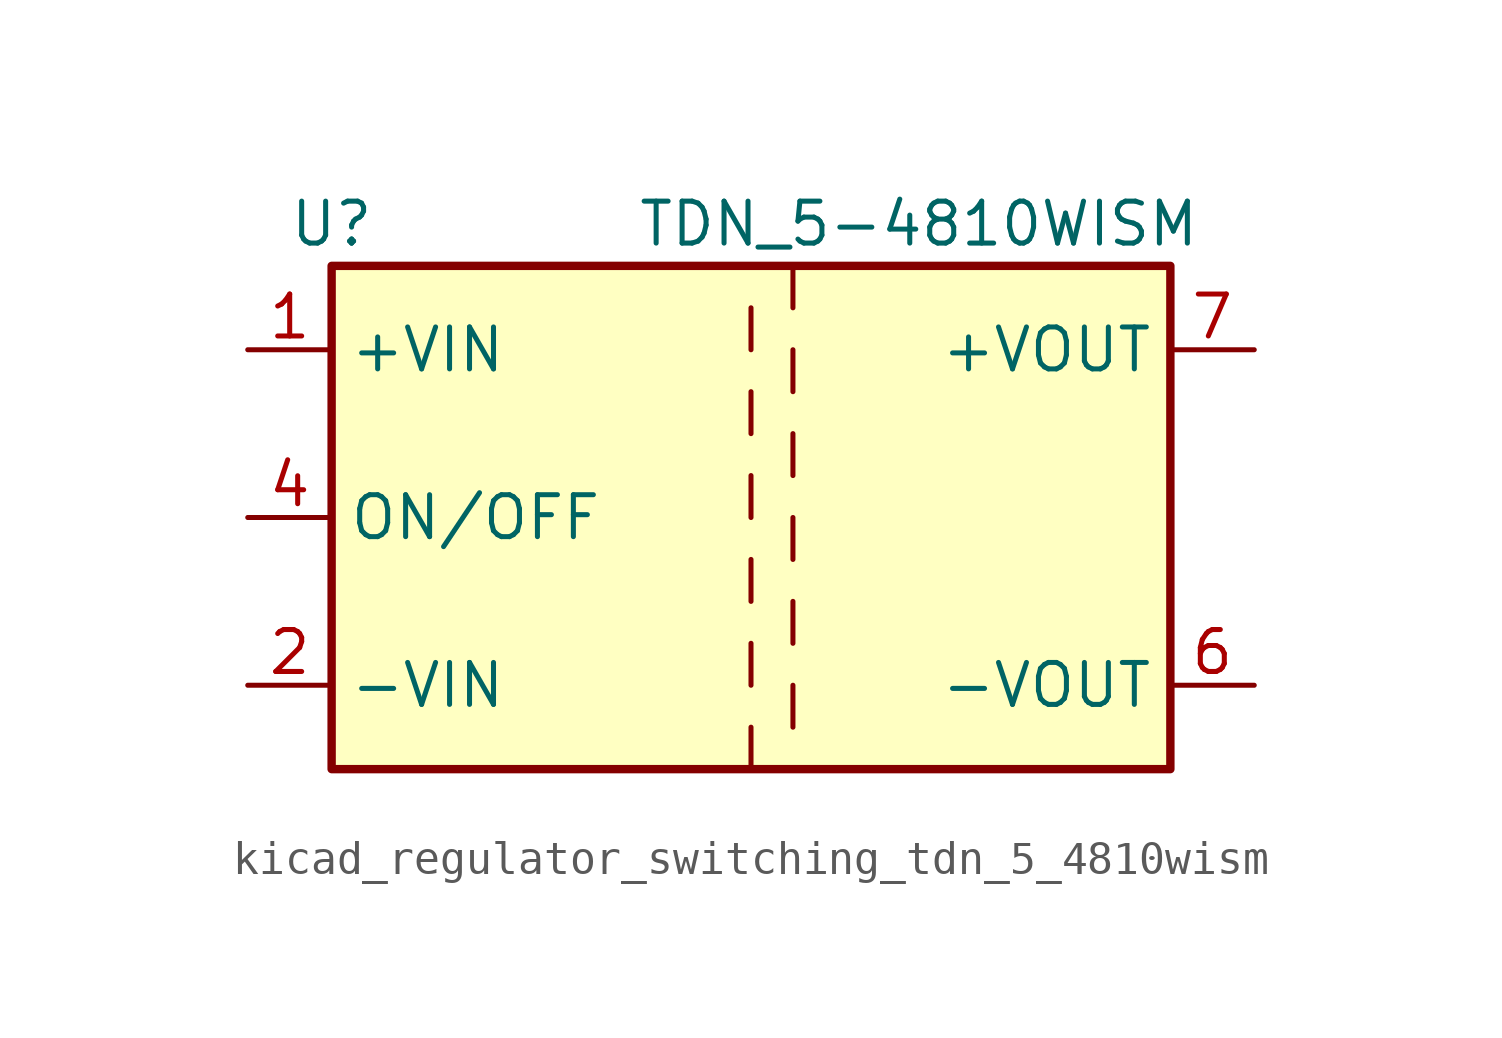
<source format=kicad_sym>
(kicad_symbol_lib
  (version 20220914)
  (generator kicad_symbol_editor)
  (symbol "kicad_regulator_switching_tdn_5_4810wism"
    (property "Reference" "U"
      (at -12.7 8.89 0)
      (effects (font (size 1.27 1.27))))
    (property "Value" "TDN_5-4810WISM"
      (at 5.08 8.89 0)
      (effects (font (size 1.27 1.27))))
    (symbol "kicad_regulator_switching_tdn_5_4810wism_0_1"
      (rectangle (start -12.7 7.62) (end 12.7 -7.62) (stroke (width 0.254) (type default)) (fill (type background))))
    (symbol "kicad_regulator_switching_tdn_5_4810wism_1_1"
      (polyline (pts (xy 0 -6.35) (xy 0 -7.62)) (stroke (width 0) (type default)) (fill (type none)))
      (polyline (pts (xy 0 -3.81) (xy 0 -5.08)) (stroke (width 0) (type default)) (fill (type none)))
      (polyline (pts (xy 0 -1.27) (xy 0 -2.54)) (stroke (width 0) (type default)) (fill (type none)))
      (polyline (pts (xy 0 1.27) (xy 0 0)) (stroke (width 0) (type default)) (fill (type none)))
      (polyline (pts (xy 0 3.81) (xy 0 2.54)) (stroke (width 0) (type default)) (fill (type none)))
      (polyline (pts (xy 0 6.35) (xy 0 5.08)) (stroke (width 0) (type default)) (fill (type none)))
      (polyline (pts (xy 1.27 -5.08) (xy 1.27 -6.35)) (stroke (width 0) (type default)) (fill (type none)))
      (polyline (pts (xy 1.27 -2.54) (xy 1.27 -3.81)) (stroke (width 0) (type default)) (fill (type none)))
      (polyline (pts (xy 1.27 0) (xy 1.27 -1.27)) (stroke (width 0) (type default)) (fill (type none)))
      (polyline (pts (xy 1.27 2.54) (xy 1.27 1.27)) (stroke (width 0) (type default)) (fill (type none)))
      (polyline (pts (xy 1.27 5.08) (xy 1.27 3.81)) (stroke (width 0) (type default)) (fill (type none)))
      (polyline (pts (xy 1.27 7.62) (xy 1.27 6.35)) (stroke (width 0) (type default)) (fill (type none)))
      (pin power_in line (at -15.24 5.08 0) (length 2.54) (name "+VIN" (effects (font (size 1.27 1.27)))) (number "1" (effects (font (size 1.27 1.27)))))
      (pin power_in line (at -15.24 -5.08 0) (length 2.54) (name "-VIN" (effects (font (size 1.27 1.27)))) (number "2" (effects (font (size 1.27 1.27)))))
      (pin input line (at -15.24 0 0) (length 2.54) (name "ON/OFF" (effects (font (size 1.27 1.27)))) (number "4" (effects (font (size 1.27 1.27)))))
      (pin no_connect line (at 12.7 2.54 180) (length 2.54) hide (name "NC" (effects (font (size 1.27 1.27)))) (number "5" (effects (font (size 1.27 1.27)))))
      (pin power_out line (at 15.24 -5.08 180) (length 2.54) (name "-VOUT" (effects (font (size 1.27 1.27)))) (number "6" (effects (font (size 1.27 1.27)))))
      (pin power_out line (at 15.24 5.08 180) (length 2.54) (name "+VOUT" (effects (font (size 1.27 1.27)))) (number "7" (effects (font (size 1.27 1.27))))))))
</source>
